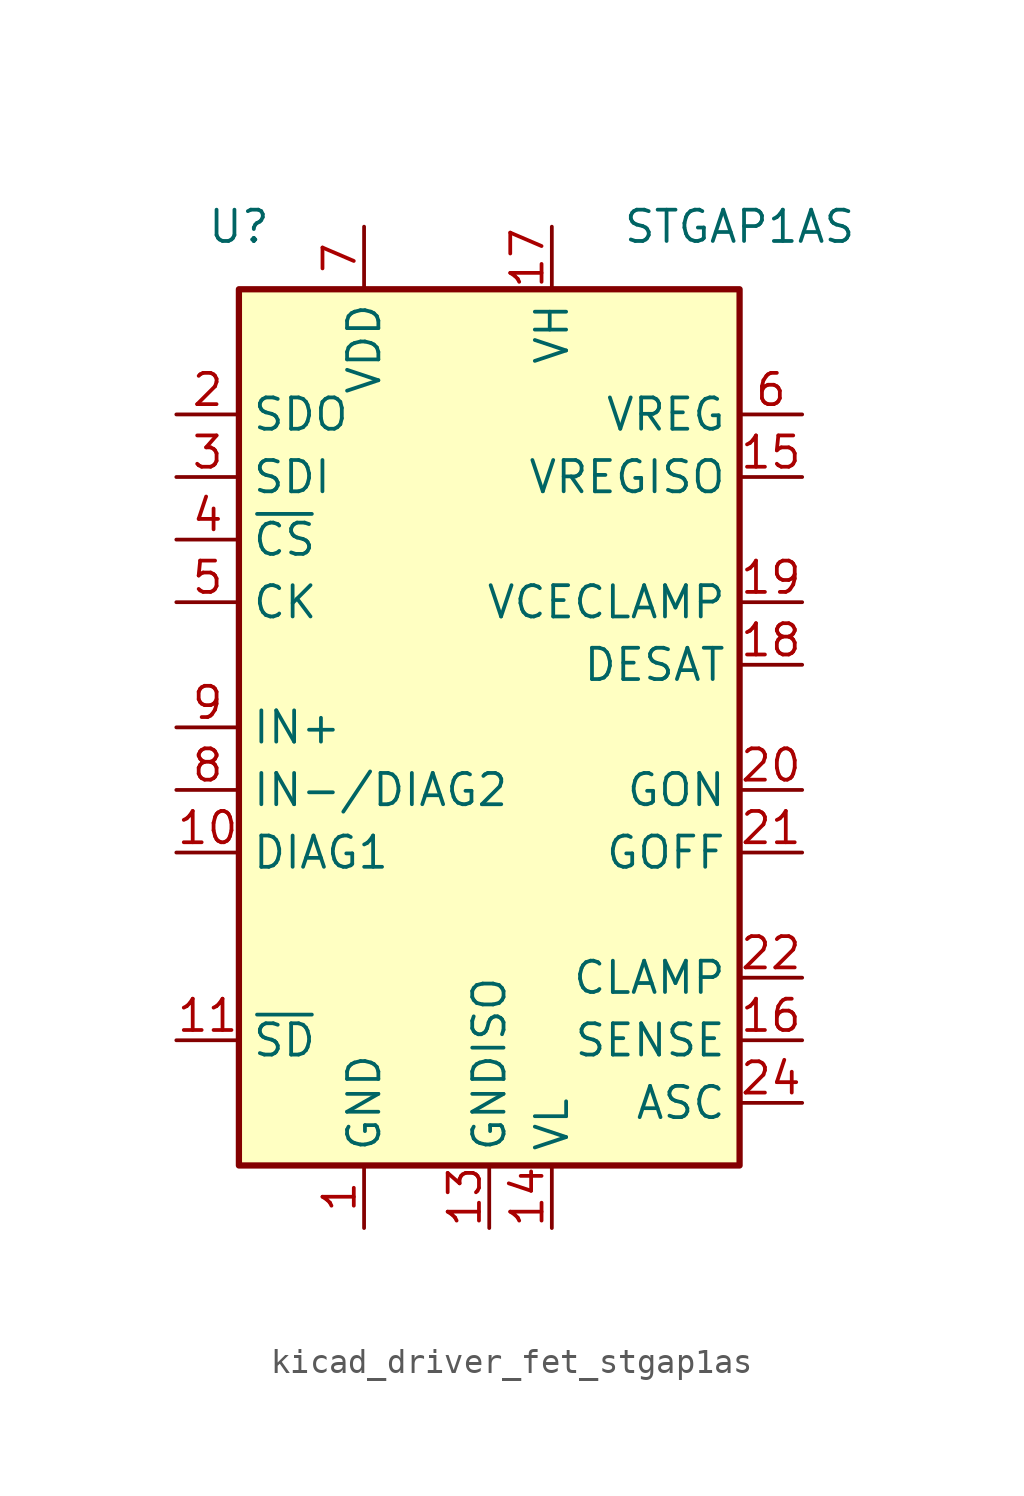
<source format=kicad_sym>
(kicad_symbol_lib
  (version 20220914)
  (generator kicad_symbol_editor)
  (symbol "kicad_driver_fet_stgap1as"
    (property "Reference" "U"
      (at -10.16 20.32 0)
      (effects (font (size 1.27 1.27))))
    (property "Value" "STGAP1AS"
      (at 10.16 20.32 0)
      (effects (font (size 1.27 1.27))))
    (symbol "kicad_driver_fet_stgap1as_0_1"
      (rectangle (start -10.16 -17.78) (end 10.16 17.78) (stroke (width 0.254) (type default)) (fill (type background))))
    (symbol "kicad_driver_fet_stgap1as_1_1"
      (pin power_in line (at -5.08 -20.32 90) (length 2.54) (name "GND" (effects (font (size 1.27 1.27)))) (number "1" (effects (font (size 1.27 1.27)))))
      (pin open_collector line (at -12.7 -5.08 0) (length 2.54) (name "DIAG1" (effects (font (size 1.27 1.27)))) (number "10" (effects (font (size 1.27 1.27)))))
      (pin input line (at -12.7 -12.7 0) (length 2.54) (name "~{SD}" (effects (font (size 1.27 1.27)))) (number "11" (effects (font (size 1.27 1.27)))))
      (pin passive line (at -5.08 -20.32 90) (length 2.54) hide (name "GND" (effects (font (size 1.27 1.27)))) (number "12" (effects (font (size 1.27 1.27)))))
      (pin power_in line (at 0 -20.32 90) (length 2.54) (name "GNDISO" (effects (font (size 1.27 1.27)))) (number "13" (effects (font (size 1.27 1.27)))))
      (pin power_in line (at 2.54 -20.32 90) (length 2.54) (name "VL" (effects (font (size 1.27 1.27)))) (number "14" (effects (font (size 1.27 1.27)))))
      (pin power_out line (at 12.7 10.16 180) (length 2.54) (name "VREGISO" (effects (font (size 1.27 1.27)))) (number "15" (effects (font (size 1.27 1.27)))))
      (pin input line (at 12.7 -12.7 180) (length 2.54) (name "SENSE" (effects (font (size 1.27 1.27)))) (number "16" (effects (font (size 1.27 1.27)))))
      (pin power_in line (at 2.54 20.32 270) (length 2.54) (name "VH" (effects (font (size 1.27 1.27)))) (number "17" (effects (font (size 1.27 1.27)))))
      (pin passive line (at 12.7 2.54 180) (length 2.54) (name "DESAT" (effects (font (size 1.27 1.27)))) (number "18" (effects (font (size 1.27 1.27)))))
      (pin input line (at 12.7 5.08 180) (length 2.54) (name "VCECLAMP" (effects (font (size 1.27 1.27)))) (number "19" (effects (font (size 1.27 1.27)))))
      (pin output line (at -12.7 12.7 0) (length 2.54) (name "SDO" (effects (font (size 1.27 1.27)))) (number "2" (effects (font (size 1.27 1.27)))))
      (pin output line (at 12.7 -2.54 180) (length 2.54) (name "GON" (effects (font (size 1.27 1.27)))) (number "20" (effects (font (size 1.27 1.27)))))
      (pin output line (at 12.7 -5.08 180) (length 2.54) (name "GOFF" (effects (font (size 1.27 1.27)))) (number "21" (effects (font (size 1.27 1.27)))))
      (pin output line (at 12.7 -10.16 180) (length 2.54) (name "CLAMP" (effects (font (size 1.27 1.27)))) (number "22" (effects (font (size 1.27 1.27)))))
      (pin passive line (at 2.54 -20.32 90) (length 2.54) hide (name "VL" (effects (font (size 1.27 1.27)))) (number "23" (effects (font (size 1.27 1.27)))))
      (pin input line (at 12.7 -15.24 180) (length 2.54) (name "ASC" (effects (font (size 1.27 1.27)))) (number "24" (effects (font (size 1.27 1.27)))))
      (pin input line (at -12.7 10.16 0) (length 2.54) (name "SDI" (effects (font (size 1.27 1.27)))) (number "3" (effects (font (size 1.27 1.27)))))
      (pin input line (at -12.7 7.62 0) (length 2.54) (name "~{CS}" (effects (font (size 1.27 1.27)))) (number "4" (effects (font (size 1.27 1.27)))))
      (pin input line (at -12.7 5.08 0) (length 2.54) (name "CK" (effects (font (size 1.27 1.27)))) (number "5" (effects (font (size 1.27 1.27)))))
      (pin power_out line (at 12.7 12.7 180) (length 2.54) (name "VREG" (effects (font (size 1.27 1.27)))) (number "6" (effects (font (size 1.27 1.27)))))
      (pin power_in line (at -5.08 20.32 270) (length 2.54) (name "VDD" (effects (font (size 1.27 1.27)))) (number "7" (effects (font (size 1.27 1.27)))))
      (pin bidirectional line (at -12.7 -2.54 0) (length 2.54) (name "IN-/DIAG2" (effects (font (size 1.27 1.27)))) (number "8" (effects (font (size 1.27 1.27)))))
      (pin input line (at -12.7 0 0) (length 2.54) (name "IN+" (effects (font (size 1.27 1.27)))) (number "9" (effects (font (size 1.27 1.27))))))))
</source>
